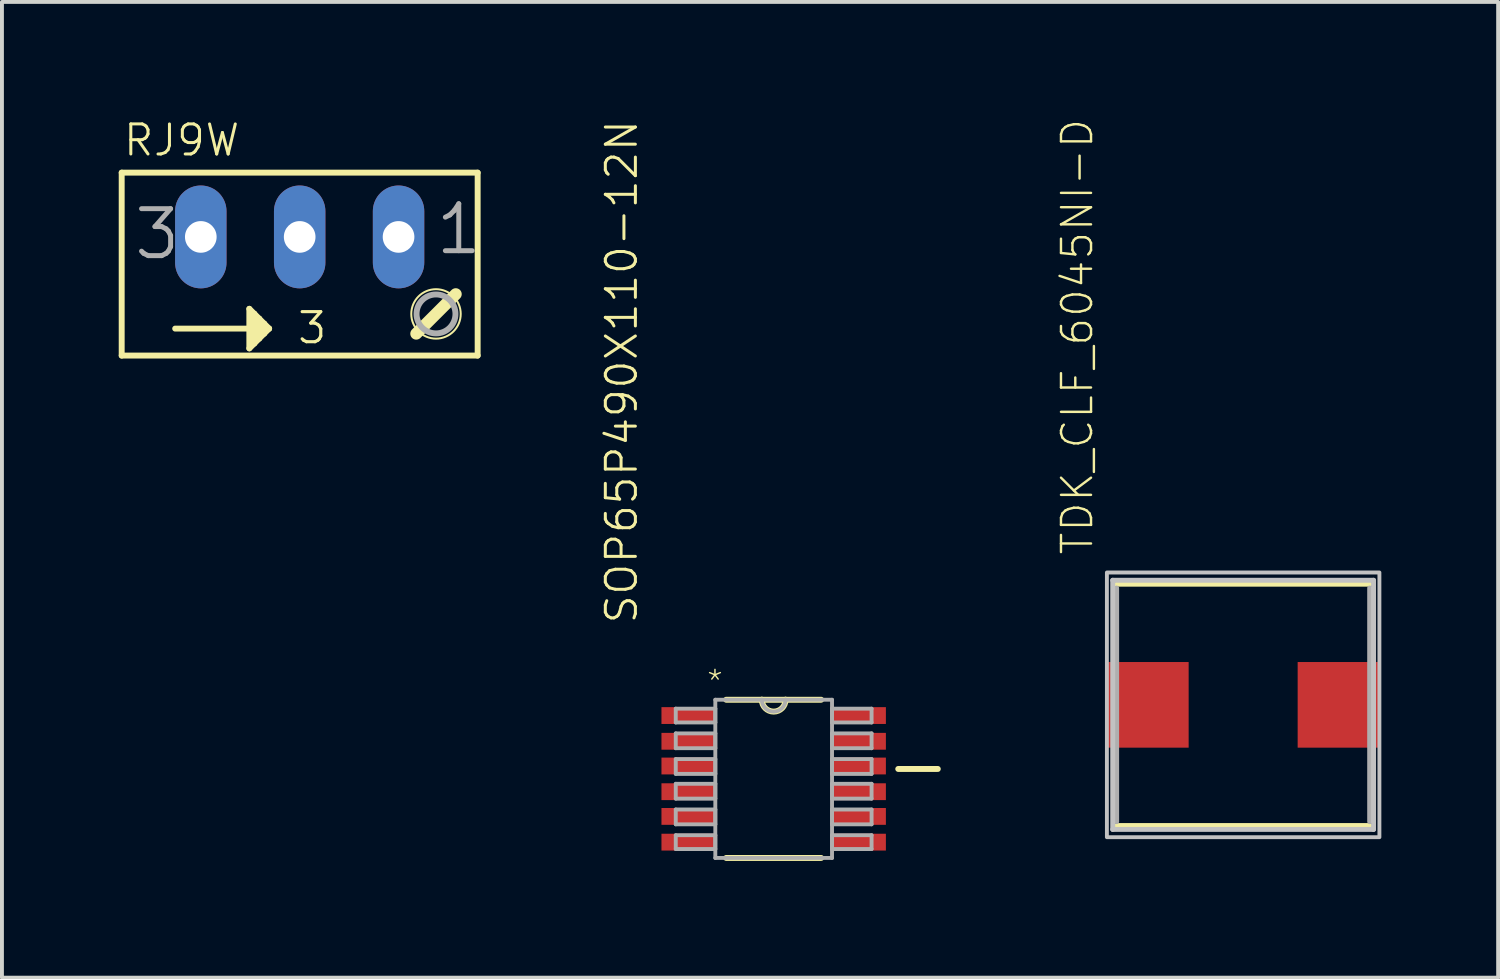
<source format=kicad_pcb>
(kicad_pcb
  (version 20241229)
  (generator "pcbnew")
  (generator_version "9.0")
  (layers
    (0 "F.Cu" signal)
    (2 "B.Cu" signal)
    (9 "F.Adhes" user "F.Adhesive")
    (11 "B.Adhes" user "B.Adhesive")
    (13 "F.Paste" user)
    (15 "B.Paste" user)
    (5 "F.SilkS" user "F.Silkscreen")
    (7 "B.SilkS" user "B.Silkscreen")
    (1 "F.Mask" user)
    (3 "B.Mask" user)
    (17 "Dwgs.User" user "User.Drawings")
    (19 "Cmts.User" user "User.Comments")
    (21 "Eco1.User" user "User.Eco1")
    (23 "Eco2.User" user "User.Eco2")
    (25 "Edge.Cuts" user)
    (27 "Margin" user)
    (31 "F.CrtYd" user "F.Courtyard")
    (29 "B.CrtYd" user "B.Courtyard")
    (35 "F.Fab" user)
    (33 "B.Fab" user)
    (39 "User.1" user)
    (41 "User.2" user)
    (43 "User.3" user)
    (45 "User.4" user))
  (footprint "TDK_CLF_6045NI-D"
    (layer "F.Cu")
    (at 28.884 15.056)
    (property "Reference" "TDK_CLF_6045NI-D" (at -3.81 -3.81 270) (layer "F.SilkS") (effects (font (size 0.772 0.772) (thickness 0.062)) (justify left bottom)))
    (attr through_hole)
    (fp_line (start -3.25 -3.1) (end 3.25 -3.1) (stroke (width 0.127) (type solid)) (layer "F.SilkS"))
    (fp_line (start -3.25 3.1) (end 3.25 3.1) (stroke (width 0.127) (type solid)) (layer "F.SilkS"))
    (fp_line (start -3.35 -3.2) (end -3.35 3.2) (stroke (width 0.127) (type solid)) (layer "Dwgs.User"))
    (fp_line (start -3.35 -3.2) (end 3.35 -3.2) (stroke (width 0.127) (type solid)) (layer "Dwgs.User"))
    (fp_line (start -3.35 3.2) (end 3.35 3.2) (stroke (width 0.127) (type solid)) (layer "Dwgs.User"))
    (fp_line (start 3.35 -3.2) (end 3.35 3.2) (stroke (width 0.127) (type solid)) (layer "Dwgs.User"))
    (fp_poly (pts (xy -3.5 3.4) (xy 3.5 3.4) (xy 3.5 -3.4) (xy -3.5 -3.4)) (stroke (width 0.1) (type solid)) (fill no) (layer "Dwgs.User"))
    (fp_line (start -3.25 3) (end -3.25 -3) (stroke (width 0.127) (type solid)) (layer "F.Fab"))
    (fp_line (start 3.25 3) (end 3.25 -3) (stroke (width 0.127) (type solid)) (layer "F.Fab"))
    (pad "1" smd rect (at -2.45 0) (size 2.1 2.2) (layers "F.Cu" "F.Mask" "F.Paste"))
    (pad "2" smd rect (at 2.45 0) (size 2.1 2.2) (layers "F.Cu" "F.Mask" "F.Paste")))
  (footprint "SOP65P490X110-12N"
    (layer "F.Cu")
    (at 16.824 16.957)
    (property "Reference" "SOP65P490X110-12N" (at -3.454 -3.937 270) (layer "F.SilkS") (effects (font (size 0.772 0.772) (thickness 0.077)) (justify left bottom)))
    (attr through_hole)
    (fp_line (start -1.219 2.032) (end 1.219 2.032) (stroke (width 0.152) (type solid)) (layer "F.SilkS"))
    (fp_line (start -0.305 -2.032) (end -1.219 -2.032) (stroke (width 0.152) (type solid)) (layer "F.SilkS"))
    (fp_line (start 0.305 -2.032) (end -0.305 -2.032) (stroke (width 0.152) (type solid)) (layer "F.SilkS"))
    (fp_line (start 1.219 -2.032) (end 0.305 -2.032) (stroke (width 0.152) (type solid)) (layer "F.SilkS"))
    (fp_line (start 3.2 -0.254) (end 4.216 -0.254) (stroke (width 0.152) (type solid)) (layer "F.SilkS"))
    (fp_arc (start 0.3048 -2.032) (mid 0 -1.7272) (end -0.3048 -2.032) (stroke (width 0.1524) (type solid)) (layer "F.SilkS"))
    (fp_line (start -2.515 -1.803) (end -2.515 -1.448) (stroke (width 0.1) (type solid)) (layer "F.Fab"))
    (fp_line (start -2.515 -1.448) (end -1.499 -1.448) (stroke (width 0.1) (type solid)) (layer "F.Fab"))
    (fp_line (start -2.515 -1.168) (end -2.515 -0.787) (stroke (width 0.1) (type solid)) (layer "F.Fab"))
    (fp_line (start -2.515 -0.787) (end -1.499 -0.787) (stroke (width 0.1) (type solid)) (layer "F.Fab"))
    (fp_line (start -2.515 -0.508) (end -2.515 -0.127) (stroke (width 0.1) (type solid)) (layer "F.Fab"))
    (fp_line (start -2.515 -0.127) (end -1.499 -0.127) (stroke (width 0.1) (type solid)) (layer "F.Fab"))
    (fp_line (start -2.515 0.127) (end -2.515 0.508) (stroke (width 0.1) (type solid)) (layer "F.Fab"))
    (fp_line (start -2.515 0.508) (end -1.499 0.508) (stroke (width 0.1) (type solid)) (layer "F.Fab"))
    (fp_line (start -2.515 0.787) (end -2.515 1.168) (stroke (width 0.1) (type solid)) (layer "F.Fab"))
    (fp_line (start -2.515 1.168) (end -1.499 1.168) (stroke (width 0.1) (type solid)) (layer "F.Fab"))
    (fp_line (start -2.515 1.448) (end -2.515 1.803) (stroke (width 0.1) (type solid)) (layer "F.Fab"))
    (fp_line (start -2.515 1.803) (end -1.499 1.803) (stroke (width 0.1) (type solid)) (layer "F.Fab"))
    (fp_line (start -1.499 -2.032) (end -1.499 2.032) (stroke (width 0.1) (type solid)) (layer "F.Fab"))
    (fp_line (start -1.499 -1.803) (end -2.515 -1.803) (stroke (width 0.1) (type solid)) (layer "F.Fab"))
    (fp_line (start -1.499 -1.448) (end -1.499 -1.803) (stroke (width 0.1) (type solid)) (layer "F.Fab"))
    (fp_line (start -1.499 -1.168) (end -2.515 -1.168) (stroke (width 0.1) (type solid)) (layer "F.Fab"))
    (fp_line (start -1.499 -0.787) (end -1.499 -1.168) (stroke (width 0.1) (type solid)) (layer "F.Fab"))
    (fp_line (start -1.499 -0.508) (end -2.515 -0.508) (stroke (width 0.1) (type solid)) (layer "F.Fab"))
    (fp_line (start -1.499 -0.127) (end -1.499 -0.508) (stroke (width 0.1) (type solid)) (layer "F.Fab"))
    (fp_line (start -1.499 0.127) (end -2.515 0.127) (stroke (width 0.1) (type solid)) (layer "F.Fab"))
    (fp_line (start -1.499 0.508) (end -1.499 0.127) (stroke (width 0.1) (type solid)) (layer "F.Fab"))
    (fp_line (start -1.499 0.787) (end -2.515 0.787) (stroke (width 0.1) (type solid)) (layer "F.Fab"))
    (fp_line (start -1.499 1.168) (end -1.499 0.787) (stroke (width 0.1) (type solid)) (layer "F.Fab"))
    (fp_line (start -1.499 1.448) (end -2.515 1.448) (stroke (width 0.1) (type solid)) (layer "F.Fab"))
    (fp_line (start -1.499 1.803) (end -1.499 1.448) (stroke (width 0.1) (type solid)) (layer "F.Fab"))
    (fp_line (start -1.499 2.032) (end 1.499 2.032) (stroke (width 0.1) (type solid)) (layer "F.Fab"))
    (fp_line (start -0.305 -2.032) (end -1.499 -2.032) (stroke (width 0.1) (type solid)) (layer "F.Fab"))
    (fp_line (start 0.305 -2.032) (end -0.305 -2.032) (stroke (width 0.1) (type solid)) (layer "F.Fab"))
    (fp_line (start 1.499 -2.032) (end 0.305 -2.032) (stroke (width 0.1) (type solid)) (layer "F.Fab"))
    (fp_line (start 1.499 -1.803) (end 1.499 -1.448) (stroke (width 0.1) (type solid)) (layer "F.Fab"))
    (fp_line (start 1.499 -1.448) (end 2.515 -1.448) (stroke (width 0.1) (type solid)) (layer "F.Fab"))
    (fp_line (start 1.499 -1.168) (end 1.499 -0.787) (stroke (width 0.1) (type solid)) (layer "F.Fab"))
    (fp_line (start 1.499 -0.787) (end 2.515 -0.787) (stroke (width 0.1) (type solid)) (layer "F.Fab"))
    (fp_line (start 1.499 -0.508) (end 1.499 -0.127) (stroke (width 0.1) (type solid)) (layer "F.Fab"))
    (fp_line (start 1.499 -0.127) (end 2.515 -0.127) (stroke (width 0.1) (type solid)) (layer "F.Fab"))
    (fp_line (start 1.499 0.127) (end 1.499 0.508) (stroke (width 0.1) (type solid)) (layer "F.Fab"))
    (fp_line (start 1.499 0.508) (end 2.515 0.508) (stroke (width 0.1) (type solid)) (layer "F.Fab"))
    (fp_line (start 1.499 0.787) (end 1.499 1.168) (stroke (width 0.1) (type solid)) (layer "F.Fab"))
    (fp_line (start 1.499 1.168) (end 2.515 1.168) (stroke (width 0.1) (type solid)) (layer "F.Fab"))
    (fp_line (start 1.499 1.448) (end 1.499 1.803) (stroke (width 0.1) (type solid)) (layer "F.Fab"))
    (fp_line (start 1.499 1.803) (end 2.515 1.803) (stroke (width 0.1) (type solid)) (layer "F.Fab"))
    (fp_line (start 1.499 2.032) (end 1.499 -2.032) (stroke (width 0.1) (type solid)) (layer "F.Fab"))
    (fp_line (start 2.515 -1.803) (end 1.499 -1.803) (stroke (width 0.1) (type solid)) (layer "F.Fab"))
    (fp_line (start 2.515 -1.448) (end 2.515 -1.803) (stroke (width 0.1) (type solid)) (layer "F.Fab"))
    (fp_line (start 2.515 -1.168) (end 1.499 -1.168) (stroke (width 0.1) (type solid)) (layer "F.Fab"))
    (fp_line (start 2.515 -0.787) (end 2.515 -1.168) (stroke (width 0.1) (type solid)) (layer "F.Fab"))
    (fp_line (start 2.515 -0.508) (end 1.499 -0.508) (stroke (width 0.1) (type solid)) (layer "F.Fab"))
    (fp_line (start 2.515 -0.127) (end 2.515 -0.508) (stroke (width 0.1) (type solid)) (layer "F.Fab"))
    (fp_line (start 2.515 0.127) (end 1.499 0.127) (stroke (width 0.1) (type solid)) (layer "F.Fab"))
    (fp_line (start 2.515 0.508) (end 2.515 0.127) (stroke (width 0.1) (type solid)) (layer "F.Fab"))
    (fp_line (start 2.515 0.787) (end 1.499 0.787) (stroke (width 0.1) (type solid)) (layer "F.Fab"))
    (fp_line (start 2.515 1.168) (end 2.515 0.787) (stroke (width 0.1) (type solid)) (layer "F.Fab"))
    (fp_line (start 2.515 1.448) (end 1.499 1.448) (stroke (width 0.1) (type solid)) (layer "F.Fab"))
    (fp_line (start 2.515 1.803) (end 2.515 1.448) (stroke (width 0.1) (type solid)) (layer "F.Fab"))
    (fp_arc (start 0.3048 -2.032) (mid 0 -1.7272) (end -0.3048 -2.032) (stroke (width 0.1) (type solid)) (layer "F.Fab"))
    (fp_text user "*" (at -1.753 -2.16 0) (layer "F.SilkS") (effects (font (size 0.579 0.579) (thickness 0.037)) (justify left bottom)))
    (pad "1" smd rect (at -2.184 -1.626) (size 1.397 0.432) (layers "F.Cu" "F.Mask" "F.Paste"))
    (pad "2" smd rect (at -2.184 -0.965) (size 1.397 0.432) (layers "F.Cu" "F.Mask" "F.Paste"))
    (pad "3" smd rect (at -2.184 -0.33) (size 1.397 0.432) (layers "F.Cu" "F.Mask" "F.Paste"))
    (pad "4" smd rect (at -2.184 0.33) (size 1.397 0.432) (layers "F.Cu" "F.Mask" "F.Paste"))
    (pad "5" smd rect (at -2.184 0.965) (size 1.397 0.432) (layers "F.Cu" "F.Mask" "F.Paste"))
    (pad "6" smd rect (at -2.184 1.626) (size 1.397 0.432) (layers "F.Cu" "F.Mask" "F.Paste"))
    (pad "7" smd rect (at 2.184 1.626) (size 1.397 0.432) (layers "F.Cu" "F.Mask" "F.Paste"))
    (pad "8" smd rect (at 2.184 0.965) (size 1.397 0.432) (layers "F.Cu" "F.Mask" "F.Paste"))
    (pad "9" smd rect (at 2.184 0.33) (size 1.397 0.432) (layers "F.Cu" "F.Mask" "F.Paste"))
    (pad "10" smd rect (at 2.184 -0.33) (size 1.397 0.432) (layers "F.Cu" "F.Mask" "F.Paste"))
    (pad "11" smd rect (at 2.184 -0.965) (size 1.397 0.432) (layers "F.Cu" "F.Mask" "F.Paste"))
    (pad "12" smd rect (at 2.184 -1.626) (size 1.397 0.432) (layers "F.Cu" "F.Mask" "F.Paste")))
  (footprint "RJ9W"
    (layer "F.Cu")
    (at 4.648 3.671)
    (property "Reference" "RJ9W" (at -4.572 -2.667 0) (layer "F.SilkS") (effects (font (size 0.772 0.772) (thickness 0.077)) (justify left bottom)))
    (attr through_hole)
    (fp_line (start -4.572 2.413) (end -4.572 -2.286) (stroke (width 0.152) (type solid)) (layer "F.SilkS"))
    (fp_line (start -4.572 2.413) (end 4.572 2.413) (stroke (width 0.152) (type solid)) (layer "F.SilkS"))
    (fp_line (start -3.198 1.72) (end -1.166 1.72) (stroke (width 0.152) (type solid)) (layer "F.SilkS"))
    (fp_line (start -1.293 1.212) (end -1.293 2.228) (stroke (width 0.152) (type solid)) (layer "F.SilkS"))
    (fp_line (start -1.293 2.228) (end -1.166 2.101) (stroke (width 0.152) (type solid)) (layer "F.SilkS"))
    (fp_line (start -1.166 1.339) (end -1.293 1.212) (stroke (width 0.152) (type solid)) (layer "F.SilkS"))
    (fp_line (start -1.166 1.72) (end -1.166 1.339) (stroke (width 0.152) (type solid)) (layer "F.SilkS"))
    (fp_line (start -1.166 2.101) (end -1.166 1.72) (stroke (width 0.152) (type solid)) (layer "F.SilkS"))
    (fp_line (start -1.039 1.466) (end -1.166 1.339) (stroke (width 0.152) (type solid)) (layer "F.SilkS"))
    (fp_line (start -1.039 1.974) (end -1.166 2.101) (stroke (width 0.152) (type solid)) (layer "F.SilkS"))
    (fp_line (start -1.039 1.974) (end -1.039 1.466) (stroke (width 0.152) (type solid)) (layer "F.SilkS"))
    (fp_line (start -0.912 1.593) (end -1.039 1.466) (stroke (width 0.152) (type solid)) (layer "F.SilkS"))
    (fp_line (start -0.912 1.847) (end -1.039 1.974) (stroke (width 0.152) (type solid)) (layer "F.SilkS"))
    (fp_line (start -0.912 1.847) (end -0.912 1.593) (stroke (width 0.152) (type solid)) (layer "F.SilkS"))
    (fp_line (start -0.785 1.72) (end -1.166 1.72) (stroke (width 0.152) (type solid)) (layer "F.SilkS"))
    (fp_line (start -0.785 1.72) (end -0.912 1.593) (stroke (width 0.152) (type solid)) (layer "F.SilkS"))
    (fp_line (start -0.785 1.72) (end -0.912 1.847) (stroke (width 0.152) (type solid)) (layer "F.SilkS"))
    (fp_line (start 4.01 0.835) (end 2.994 1.851) (stroke (width 0.305) (type solid)) (layer "F.SilkS"))
    (fp_line (start 4.572 -2.286) (end -4.572 -2.286) (stroke (width 0.152) (type solid)) (layer "F.SilkS"))
    (fp_line (start 4.572 -2.286) (end 4.572 2.413) (stroke (width 0.152) (type solid)) (layer "F.SilkS"))
    (fp_circle (center 3.502 1.343) (end 4.137 1.343) (stroke (width 0.051) (type solid)) (fill no) (layer "F.SilkS"))
    (fp_circle (center 3.502 1.343) (end 4.002 1.343) (stroke (width 0.152) (type solid)) (fill no) (layer "F.Fab"))
    (fp_text user "3" (at -0.1 2.155 0) (layer "F.SilkS") (effects (font (size 0.772 0.772) (thickness 0.081)) (justify left bottom)))
    (fp_text user "3" (at -4.318 0 0) (layer "F.Fab") (effects (font (size 1.206 1.206) (thickness 0.127)) (justify left bottom)))
    (fp_text user "1" (at 3.429 -0.127 0) (layer "F.Fab") (effects (font (size 1.206 1.206) (thickness 0.127)) (justify left bottom)))
    (pad "A" thru_hole oval (at 2.54 -0.635 90) (size 2.642 1.321) (drill 0.813) (layers "*.Cu" "*.Mask"))
    (pad "E" thru_hole oval (at -2.54 -0.635 90) (size 2.642 1.321) (drill 0.813) (layers "*.Cu" "*.Mask"))
    (pad "S" thru_hole oval (at 0 -0.635 90) (size 2.642 1.321) (drill 0.813) (layers "*.Cu" "*.Mask")))
  (gr_rect
    (start -3 -3)
    (end 35.434 22.065)
    (stroke (width 0.1) (type default))
    (fill no)
    (layer "Edge.Cuts")))
</source>
